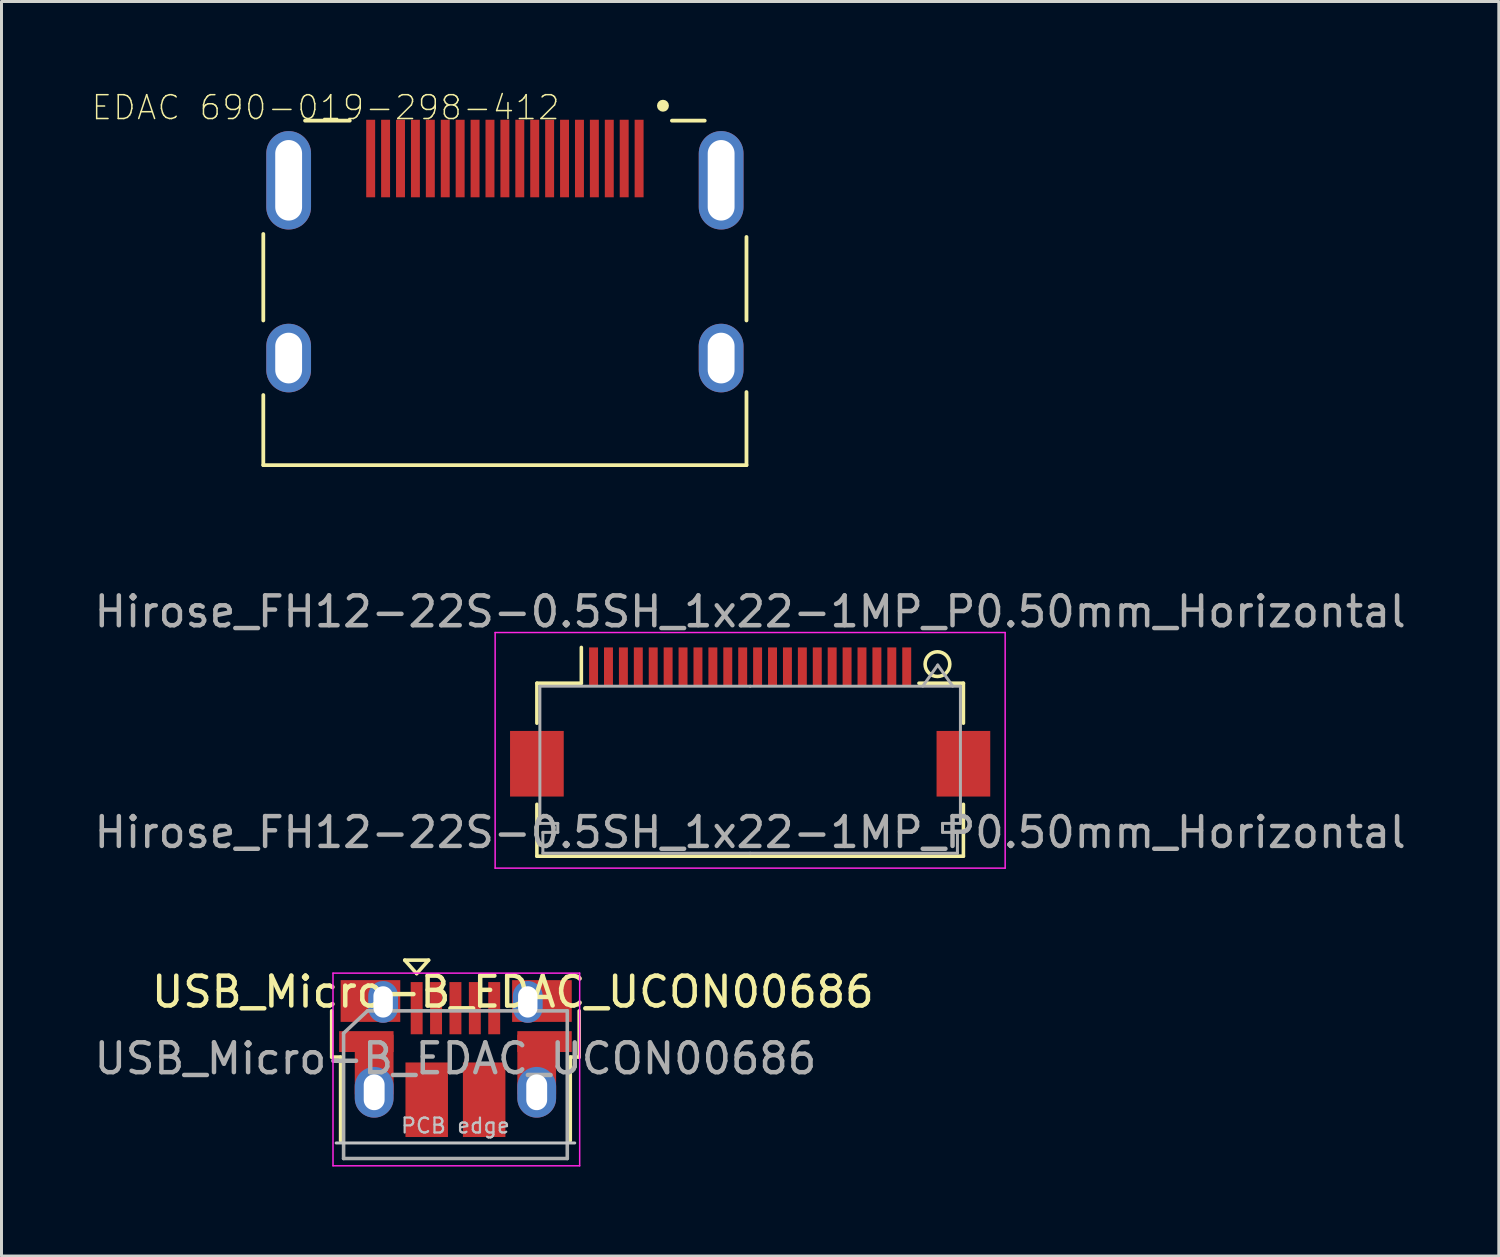
<source format=kicad_pcb>
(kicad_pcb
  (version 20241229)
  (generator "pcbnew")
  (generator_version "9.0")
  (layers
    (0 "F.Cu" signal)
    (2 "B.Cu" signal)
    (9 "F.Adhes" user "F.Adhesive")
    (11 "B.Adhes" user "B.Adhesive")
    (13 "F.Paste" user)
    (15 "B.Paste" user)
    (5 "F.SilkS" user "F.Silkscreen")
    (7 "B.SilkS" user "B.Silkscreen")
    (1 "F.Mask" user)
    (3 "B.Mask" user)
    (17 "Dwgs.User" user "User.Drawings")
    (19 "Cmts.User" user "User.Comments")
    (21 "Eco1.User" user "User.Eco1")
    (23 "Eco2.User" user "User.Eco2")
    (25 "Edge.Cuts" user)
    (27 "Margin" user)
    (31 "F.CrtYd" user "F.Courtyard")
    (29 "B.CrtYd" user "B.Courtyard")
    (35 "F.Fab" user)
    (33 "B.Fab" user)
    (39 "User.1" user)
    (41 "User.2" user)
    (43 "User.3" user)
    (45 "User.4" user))
  (footprint "USB_Micro-B_EDAC_UCON00686"
    (layer "F.Cu")
    (at 12.22 33.572)
    (property "Reference" "USB_Micro-B_EDAC_UCON00686" (at 1.925 -3.365 0) (layer "F.SilkS") (effects (font (size 1 1) (thickness 0.15))))
    (attr smd)
    (fp_line (start -4.15 -1.18) (end -4.15 -2.73) (stroke (width 0.12) (type solid)) (layer "F.SilkS"))
    (fp_line (start -4.15 -1.18) (end -3.85 -1.18) (stroke (width 0.12) (type solid)) (layer "F.SilkS"))
    (fp_line (start -3.85 1.62) (end -3.85 -1.18) (stroke (width 0.12) (type solid)) (layer "F.SilkS"))
    (fp_line (start -1.7 -4.43) (end -0.9 -4.43) (stroke (width 0.12) (type solid)) (layer "F.SilkS"))
    (fp_line (start -1.3 -3.98) (end -1.7 -4.43) (stroke (width 0.12) (type solid)) (layer "F.SilkS"))
    (fp_line (start -0.9 -4.43) (end -1.3 -3.98) (stroke (width 0.12) (type solid)) (layer "F.SilkS"))
    (fp_line (start 3.85 -1.18) (end 4.15 -1.18) (stroke (width 0.12) (type solid)) (layer "F.SilkS"))
    (fp_line (start 3.85 1.62) (end 3.85 -1.18) (stroke (width 0.12) (type solid)) (layer "F.SilkS"))
    (fp_line (start 4.15 -1.18) (end 4.15 -2.73) (stroke (width 0.12) (type solid)) (layer "F.SilkS"))
    (fp_line (start -4 1.7) (end 4 1.7) (stroke (width 0.1) (type solid)) (layer "Dwgs.User"))
    (fp_line (start -4.105 -3.995) (end -4.105 2.465) (stroke (width 0.05) (type solid)) (layer "F.CrtYd"))
    (fp_line (start -4.105 -3.995) (end 4.165 -3.995) (stroke (width 0.05) (type solid)) (layer "F.CrtYd"))
    (fp_line (start 4.165 2.465) (end -4.105 2.465) (stroke (width 0.05) (type solid)) (layer "F.CrtYd"))
    (fp_line (start 4.165 2.465) (end 4.165 -3.995) (stroke (width 0.05) (type solid)) (layer "F.CrtYd"))
    (fp_line (start -3.75 -1.98) (end -2.95 -2.73) (stroke (width 0.12) (type solid)) (layer "F.Fab"))
    (fp_line (start -3.75 2.22) (end -3.75 -1.98) (stroke (width 0.12) (type solid)) (layer "F.Fab"))
    (fp_line (start -2.95 -2.73) (end 3.75 -2.73) (stroke (width 0.12) (type solid)) (layer "F.Fab"))
    (fp_line (start 3.75 -2.73) (end 3.75 2.22) (stroke (width 0.12) (type solid)) (layer "F.Fab"))
    (fp_line (start 3.75 2.22) (end -3.75 2.22) (stroke (width 0.12) (type solid)) (layer "F.Fab"))
    (fp_text user "PCB edge" (at 0 1.12 0) (layer "Dwgs.User") (effects (font (size 0.5 0.5) (thickness 0.075))))
    (fp_text user "${REFERENCE}" (at 0 -1.13 0) (layer "F.Fab") (effects (font (size 1 1) (thickness 0.15))))
    (pad "1" smd rect (at -1.3 -2.82 90) (size 1.75 0.4) (layers "F.Cu" "F.Mask" "F.Paste"))
    (pad "2" smd rect (at -0.65 -2.82 90) (size 1.75 0.4) (layers "F.Cu" "F.Mask" "F.Paste"))
    (pad "3" smd rect (at 0 -2.82 90) (size 1.75 0.4) (layers "F.Cu" "F.Mask" "F.Paste"))
    (pad "4" smd rect (at 0.65 -2.82 90) (size 1.75 0.4) (layers "F.Cu" "F.Mask" "F.Paste"))
    (pad "5" smd rect (at 1.3 -2.82 90) (size 1.75 0.4) (layers "F.Cu" "F.Mask" "F.Paste"))
    (pad "6" smd rect (at -2.987 -1.7) (size 1.825 0.7) (layers "F.Cu" "F.Mask" "F.Paste"))
    (pad "6" smd rect (at -2.85 -3.06) (size 2 1.4) (layers "F.Cu" "F.Mask" "F.Paste"))
    (pad "6" smd rect (at -2.725 -0.93) (size 1.3 2) (layers "F.Cu" "F.Mask" "F.Paste"))
    (pad "6" thru_hole oval (at -2.725 0 90) (size 1.7 1.3) (drill oval 1.2 0.7) (layers "*.Cu" "*.Mask"))
    (pad "6" thru_hole oval (at -2.425 -3.03 90) (size 1.4 1) (drill oval 1.05 0.65) (layers "*.Cu" "*.Mask"))
    (pad "6" smd rect (at -0.963 0.25 90) (size 2.5 1.425) (layers "F.Cu" "F.Mask" "F.Paste"))
    (pad "6" smd rect (at 0.963 0.25 90) (size 2.5 1.425) (layers "F.Cu" "F.Mask" "F.Paste"))
    (pad "6" thru_hole oval (at 2.425 -3.03 90) (size 1.4 1) (drill oval 1.05 0.65) (layers "*.Cu" "*.Mask"))
    (pad "6" smd rect (at 2.725 -0.93) (size 1.3 2) (layers "F.Cu" "F.Mask" "F.Paste"))
    (pad "6" thru_hole oval (at 2.725 0 90) (size 1.7 1.3) (drill oval 1.2 0.7) (layers "*.Cu" "*.Mask"))
    (pad "6" smd rect (at 2.9 -3.06) (size 2 1.4) (layers "F.Cu" "F.Mask" "F.Paste"))
    (pad "6" smd rect (at 2.987 -1.7) (size 1.825 0.7) (layers "F.Cu" "F.Mask" "F.Paste")))
  (footprint "EDAC 690-019-298-412"
    (layer "F.Cu")
    (at 13.878 2.995)
    (property "Reference" "EDAC 690-019-298-412" (at -6.011 -2.439 0) (layer "F.SilkS") (effects (font (size 0.8 0.8) (thickness 0.05))))
    (attr smd)
    (fp_line (start -8.1 4.7) (end -8.1 1.8) (stroke (width 0.127) (type solid)) (layer "F.SilkS"))
    (fp_line (start -8.1 9.55) (end -8.1 7.2) (stroke (width 0.127) (type solid)) (layer "F.SilkS"))
    (fp_line (start -8.1 9.55) (end 8.1 9.55) (stroke (width 0.127) (type solid)) (layer "F.SilkS"))
    (fp_line (start -6.7 -2) (end -5.2 -2) (stroke (width 0.127) (type solid)) (layer "F.SilkS"))
    (fp_line (start 5.6 -2) (end 6.7 -2) (stroke (width 0.127) (type solid)) (layer "F.SilkS"))
    (fp_line (start 8.1 1.9) (end 8.1 4.7) (stroke (width 0.127) (type solid)) (layer "F.SilkS"))
    (fp_line (start 8.1 7.1) (end 8.1 9.55) (stroke (width 0.127) (type solid)) (layer "F.SilkS"))
    (fp_circle (center 5.3 -2.5) (end 5.4 -2.5) (stroke (width 0.2) (type solid)) (fill no) (layer "F.SilkS"))
    (fp_line (start -8.35 -2.2) (end 8.4 -2.2) (stroke (width 0.05) (type solid)) (layer "Eco1.User"))
    (fp_line (start -8.35 8.5) (end -8.35 -2.2) (stroke (width 0.05) (type solid)) (layer "Eco1.User"))
    (fp_line (start -8.35 9.5) (end -8.35 8.5) (stroke (width 0.05) (type solid)) (layer "Eco1.User"))
    (fp_line (start 8.4 -2.2) (end 8.4 9.5) (stroke (width 0.05) (type solid)) (layer "Eco1.User"))
    (fp_line (start 8.4 9.5) (end -8.35 9.5) (stroke (width 0.05) (type solid)) (layer "Eco1.User"))
    (fp_line (start -8.1 -2) (end 8.1 -2) (stroke (width 0.127) (type solid)) (layer "Eco2.User"))
    (fp_line (start -8.1 8.5) (end -8.1 -2) (stroke (width 0.127) (type solid)) (layer "Eco2.User"))
    (fp_line (start -8.1 10.55) (end -8.1 8.5) (stroke (width 0.127) (type solid)) (layer "Eco2.User"))
    (fp_line (start 8.1 -2) (end 8.1 8.5) (stroke (width 0.127) (type solid)) (layer "Eco2.User"))
    (fp_line (start 8.1 8.5) (end 8.1 10.55) (stroke (width 0.127) (type solid)) (layer "Eco2.User"))
    (fp_line (start 8.1 10.55) (end -8.1 10.55) (stroke (width 0.127) (type solid)) (layer "Eco2.User"))
    (pad "1" smd rect (at 4.5 -0.73 90) (size 2.6 0.3) (layers "F.Cu" "F.Mask" "F.Paste"))
    (pad "2" smd rect (at 4 -0.73 90) (size 2.6 0.3) (layers "F.Cu" "F.Mask" "F.Paste"))
    (pad "3" smd rect (at 3.5 -0.73 90) (size 2.6 0.3) (layers "F.Cu" "F.Mask" "F.Paste"))
    (pad "4" smd rect (at 3 -0.73 90) (size 2.6 0.3) (layers "F.Cu" "F.Mask" "F.Paste"))
    (pad "5" smd rect (at 2.5 -0.73 90) (size 2.6 0.3) (layers "F.Cu" "F.Mask" "F.Paste"))
    (pad "6" smd rect (at 2 -0.73 90) (size 2.6 0.3) (layers "F.Cu" "F.Mask" "F.Paste"))
    (pad "7" smd rect (at 1.5 -0.73 90) (size 2.6 0.3) (layers "F.Cu" "F.Mask" "F.Paste"))
    (pad "8" smd rect (at 1 -0.73 90) (size 2.6 0.3) (layers "F.Cu" "F.Mask" "F.Paste"))
    (pad "9" smd rect (at 0.5 -0.73 90) (size 2.6 0.3) (layers "F.Cu" "F.Mask" "F.Paste"))
    (pad "10" smd rect (at 0 -0.73 90) (size 2.6 0.3) (layers "F.Cu" "F.Mask" "F.Paste"))
    (pad "11" smd rect (at -0.5 -0.73 90) (size 2.6 0.3) (layers "F.Cu" "F.Mask" "F.Paste"))
    (pad "12" smd rect (at -1 -0.73 90) (size 2.6 0.3) (layers "F.Cu" "F.Mask" "F.Paste"))
    (pad "13" smd rect (at -1.5 -0.73 90) (size 2.6 0.3) (layers "F.Cu" "F.Mask" "F.Paste"))
    (pad "14" smd rect (at -2 -0.73 90) (size 2.6 0.3) (layers "F.Cu" "F.Mask" "F.Paste"))
    (pad "15" smd rect (at -2.5 -0.73 90) (size 2.6 0.3) (layers "F.Cu" "F.Mask" "F.Paste"))
    (pad "16" smd rect (at -3 -0.73 90) (size 2.6 0.3) (layers "F.Cu" "F.Mask" "F.Paste"))
    (pad "17" smd rect (at -3.5 -0.73 90) (size 2.6 0.3) (layers "F.Cu" "F.Mask" "F.Paste"))
    (pad "18" smd rect (at -4 -0.73 90) (size 2.6 0.3) (layers "F.Cu" "F.Mask" "F.Paste"))
    (pad "19" smd rect (at -4.5 -0.73 90) (size 2.6 0.3) (layers "F.Cu" "F.Mask" "F.Paste"))
    (pad "SH1" thru_hole oval (at 7.25 0) (size 1.5 3.3) (drill oval 0.9 2.7) (layers "*.Cu" "*.Mask"))
    (pad "SH2" thru_hole oval (at -7.25 0) (size 1.5 3.3) (drill oval 0.9 2.7) (layers "*.Cu" "*.Mask"))
    (pad "SH3" thru_hole oval (at -7.25 5.96) (size 1.5 2.3) (drill oval 0.9 1.7) (layers "*.Cu" "*.Mask"))
    (pad "SH4" thru_hole oval (at 7.25 5.96) (size 1.5 2.3) (drill oval 0.9 1.7) (layers "*.Cu" "*.Mask")))
  (footprint "Hirose_FH12-22S-0.5SH_1x22-1MP_P0.50mm_Horizontal"
    (layer "F.Cu")
    (at 22.101 21.157)
    (property "Reference" "Hirose_FH12-22S-0.5SH_1x22-1MP_P0.50mm_Horizontal" (at 0 -3.7 180) (layer "F.Fab") (effects (font (size 1 1) (thickness 0.15))))
    (attr smd)
    (fp_line (start -7.15 -1.3) (end -7.15 0.04) (stroke (width 0.12) (type solid)) (layer "F.SilkS"))
    (fp_line (start -7.15 2.76) (end -7.15 4.5) (stroke (width 0.12) (type solid)) (layer "F.SilkS"))
    (fp_line (start -7.15 4.5) (end 7.15 4.5) (stroke (width 0.12) (type solid)) (layer "F.SilkS"))
    (fp_line (start -5.66 -1.3) (end -7.15 -1.3) (stroke (width 0.12) (type solid)) (layer "F.SilkS"))
    (fp_line (start -5.66 -1.3) (end -5.66 -2.5) (stroke (width 0.12) (type solid)) (layer "F.SilkS"))
    (fp_line (start 5.66 -1.3) (end 7.15 -1.3) (stroke (width 0.12) (type solid)) (layer "F.SilkS"))
    (fp_line (start 7.15 -1.3) (end 7.15 0.04) (stroke (width 0.12) (type solid)) (layer "F.SilkS"))
    (fp_line (start 7.15 4.5) (end 7.15 2.76) (stroke (width 0.12) (type solid)) (layer "F.SilkS"))
    (fp_circle (center 6.28 -1.94) (end 6.61 -1.69) (stroke (width 0.12) (type solid)) (fill no) (layer "F.SilkS"))
    (fp_line (start -8.55 -3) (end -8.55 4.9) (stroke (width 0.05) (type solid)) (layer "F.CrtYd"))
    (fp_line (start -8.55 4.9) (end 8.55 4.9) (stroke (width 0.05) (type solid)) (layer "F.CrtYd"))
    (fp_line (start 8.55 -3) (end -8.55 -3) (stroke (width 0.05) (type solid)) (layer "F.CrtYd"))
    (fp_line (start 8.55 4.9) (end 8.55 -3) (stroke (width 0.05) (type solid)) (layer "F.CrtYd"))
    (fp_line (start -7.05 -1.2) (end -7.05 3.4) (stroke (width 0.1) (type solid)) (layer "F.Fab"))
    (fp_line (start -7.05 3.4) (end -6.45 3.4) (stroke (width 0.1) (type solid)) (layer "F.Fab"))
    (fp_line (start -6.95 3.7) (end -6.95 4.4) (stroke (width 0.1) (type solid)) (layer "F.Fab"))
    (fp_line (start -6.95 4.4) (end 0 4.4) (stroke (width 0.1) (type solid)) (layer "F.Fab"))
    (fp_line (start -6.45 3.4) (end -6.45 3.7) (stroke (width 0.1) (type solid)) (layer "F.Fab"))
    (fp_line (start -6.45 3.7) (end -6.95 3.7) (stroke (width 0.1) (type solid)) (layer "F.Fab"))
    (fp_line (start 0 -1.2) (end -7.05 -1.2) (stroke (width 0.1) (type solid)) (layer "F.Fab"))
    (fp_line (start 0 -1.2) (end 7.05 -1.2) (stroke (width 0.1) (type solid)) (layer "F.Fab"))
    (fp_line (start 6.29 -1.91) (end 5.79 -1.203) (stroke (width 0.1) (type solid)) (layer "F.Fab"))
    (fp_line (start 6.45 3.4) (end 6.45 3.7) (stroke (width 0.1) (type solid)) (layer "F.Fab"))
    (fp_line (start 6.45 3.7) (end 6.95 3.7) (stroke (width 0.1) (type solid)) (layer "F.Fab"))
    (fp_line (start 6.79 -1.203) (end 6.29 -1.91) (stroke (width 0.1) (type solid)) (layer "F.Fab"))
    (fp_line (start 6.95 3.7) (end 6.95 4.4) (stroke (width 0.1) (type solid)) (layer "F.Fab"))
    (fp_line (start 6.95 4.4) (end 0 4.4) (stroke (width 0.1) (type solid)) (layer "F.Fab"))
    (fp_line (start 7.05 -1.2) (end 7.05 3.4) (stroke (width 0.1) (type solid)) (layer "F.Fab"))
    (fp_line (start 7.05 3.4) (end 6.45 3.4) (stroke (width 0.1) (type solid)) (layer "F.Fab"))
    (fp_text user "${REFERENCE}" (at 0 3.7 180) (layer "F.Fab") (effects (font (size 1 1) (thickness 0.15))))
    (pad "1" smd rect (at 5.25 -1.85) (size 0.3 1.3) (layers "F.Cu" "F.Mask" "F.Paste"))
    (pad "2" smd rect (at 4.75 -1.85) (size 0.3 1.3) (layers "F.Cu" "F.Mask" "F.Paste"))
    (pad "3" smd rect (at 4.25 -1.85) (size 0.3 1.3) (layers "F.Cu" "F.Mask" "F.Paste"))
    (pad "4" smd rect (at 3.75 -1.85) (size 0.3 1.3) (layers "F.Cu" "F.Mask" "F.Paste"))
    (pad "5" smd rect (at 3.25 -1.85) (size 0.3 1.3) (layers "F.Cu" "F.Mask" "F.Paste"))
    (pad "6" smd rect (at 2.75 -1.85) (size 0.3 1.3) (layers "F.Cu" "F.Mask" "F.Paste"))
    (pad "7" smd rect (at 2.25 -1.85) (size 0.3 1.3) (layers "F.Cu" "F.Mask" "F.Paste"))
    (pad "8" smd rect (at 1.75 -1.85) (size 0.3 1.3) (layers "F.Cu" "F.Mask" "F.Paste"))
    (pad "9" smd rect (at 1.25 -1.85) (size 0.3 1.3) (layers "F.Cu" "F.Mask" "F.Paste"))
    (pad "10" smd rect (at 0.75 -1.85) (size 0.3 1.3) (layers "F.Cu" "F.Mask" "F.Paste"))
    (pad "11" smd rect (at 0.25 -1.85) (size 0.3 1.3) (layers "F.Cu" "F.Mask" "F.Paste"))
    (pad "12" smd rect (at -0.25 -1.85) (size 0.3 1.3) (layers "F.Cu" "F.Mask" "F.Paste"))
    (pad "13" smd rect (at -0.75 -1.85) (size 0.3 1.3) (layers "F.Cu" "F.Mask" "F.Paste"))
    (pad "14" smd rect (at -1.25 -1.85) (size 0.3 1.3) (layers "F.Cu" "F.Mask" "F.Paste"))
    (pad "15" smd rect (at -1.75 -1.85) (size 0.3 1.3) (layers "F.Cu" "F.Mask" "F.Paste"))
    (pad "16" smd rect (at -2.25 -1.85) (size 0.3 1.3) (layers "F.Cu" "F.Mask" "F.Paste"))
    (pad "17" smd rect (at -2.75 -1.85) (size 0.3 1.3) (layers "F.Cu" "F.Mask" "F.Paste"))
    (pad "18" smd rect (at -3.25 -1.85) (size 0.3 1.3) (layers "F.Cu" "F.Mask" "F.Paste"))
    (pad "19" smd rect (at -3.75 -1.85) (size 0.3 1.3) (layers "F.Cu" "F.Mask" "F.Paste"))
    (pad "20" smd rect (at -4.25 -1.85) (size 0.3 1.3) (layers "F.Cu" "F.Mask" "F.Paste"))
    (pad "21" smd rect (at -4.75 -1.85) (size 0.3 1.3) (layers "F.Cu" "F.Mask" "F.Paste"))
    (pad "22" smd rect (at -5.25 -1.85) (size 0.3 1.3) (layers "F.Cu" "F.Mask" "F.Paste"))
    (pad "MP" smd rect (at -7.15 1.4) (size 1.8 2.2) (layers "F.Cu" "F.Mask" "F.Paste"))
    (pad "MP" smd rect (at 7.15 1.4) (size 1.8 2.2) (layers "F.Cu" "F.Mask" "F.Paste")))
  (gr_rect
    (start -3 -3)
    (end 47.202 39.062)
    (stroke (width 0.1) (type default))
    (fill no)
    (layer "Edge.Cuts")))
</source>
